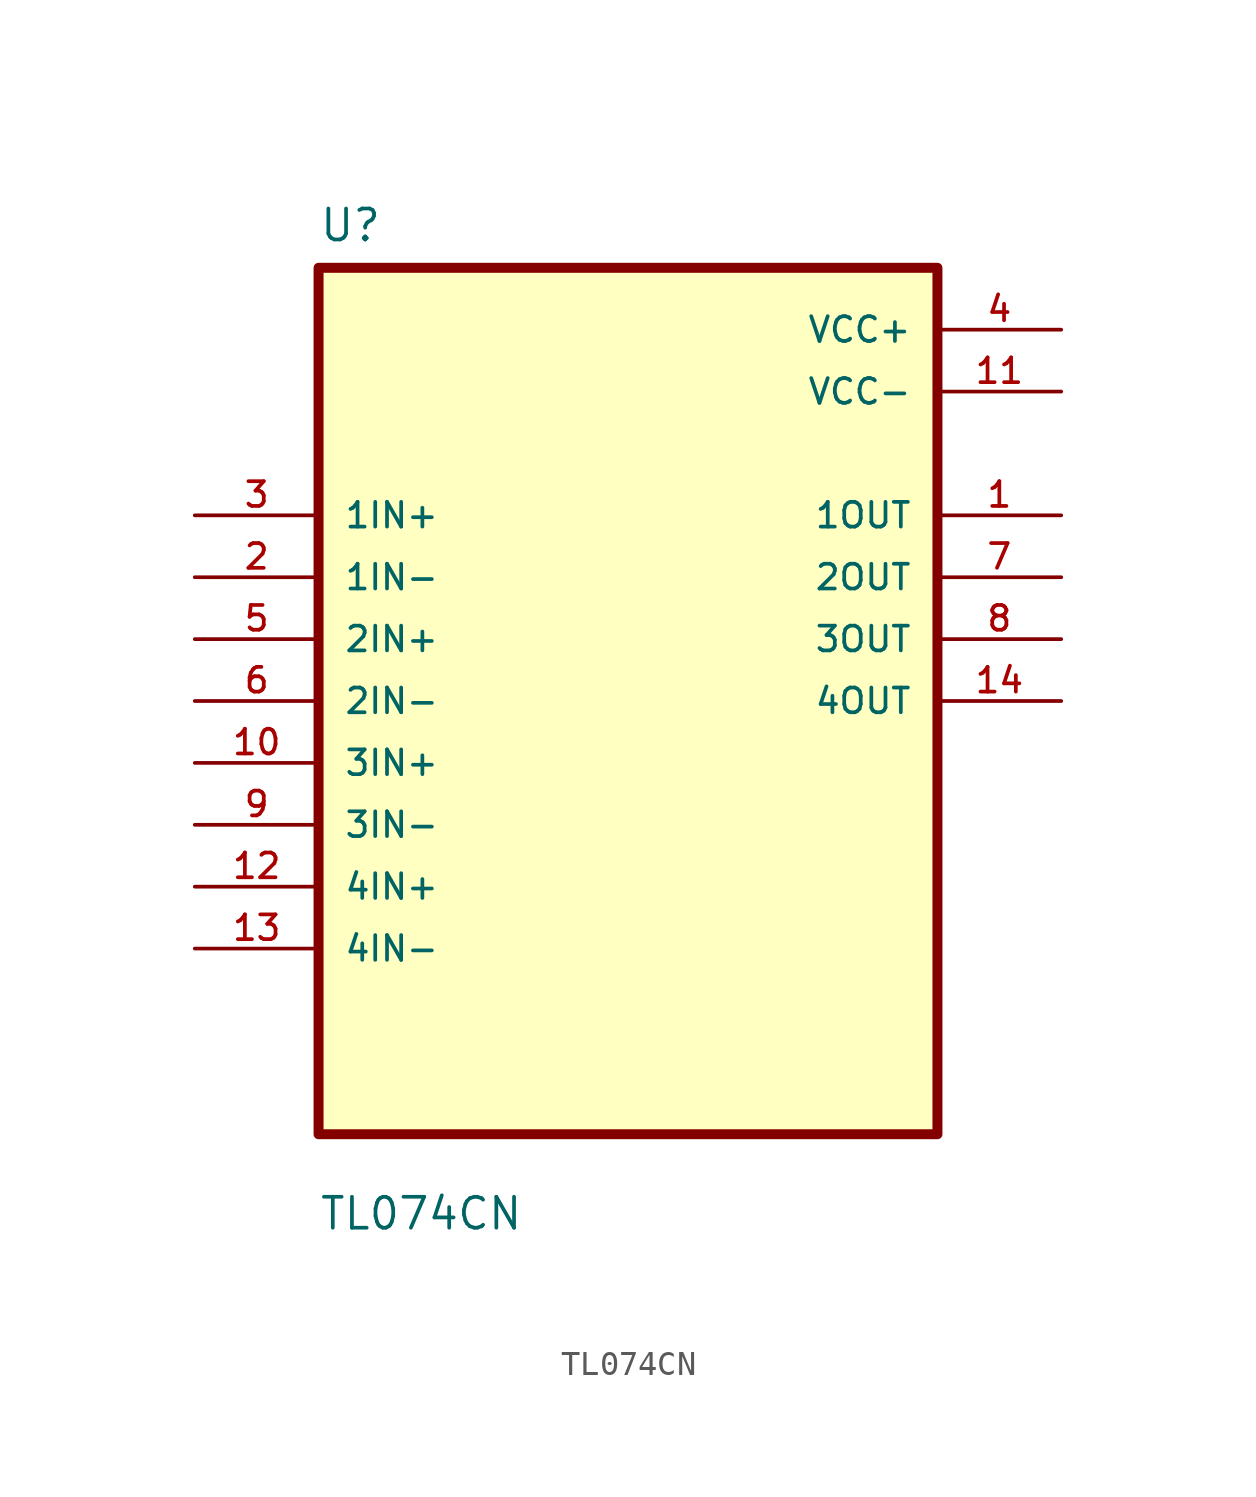
<source format=kicad_sym>
(kicad_symbol_lib
  (version 20211014)
  (generator kicad_symbol_editor)
  (symbol "TL074CN"
    (pin_names
      (offset 1.016))
    (property "Reference" "U"
      (at -12.7 18.78 0.0)
      (effects (font (size 1.27 1.27)) (justify bottom left)))
    (property "Value" "TL074CN"
      (at -12.7 -21.78 0.0)
      (effects (font (size 1.27 1.27)) (justify bottom left)))
    (symbol "TL074CN_0_0"
      (rectangle (start -12.7 -17.78) (end 12.7 17.78) (stroke (width 0.41)) (fill (type background)))
      (pin input line (at -17.78 7.62 0) (length 5.08) (name "1IN+" (effects (font (size 1.016 1.016)))) (number "3" (effects (font (size 1.016 1.016)))))
      (pin input line (at -17.78 5.08 0) (length 5.08) (name "1IN-" (effects (font (size 1.016 1.016)))) (number "2" (effects (font (size 1.016 1.016)))))
      (pin input line (at -17.78 2.54 0) (length 5.08) (name "2IN+" (effects (font (size 1.016 1.016)))) (number "5" (effects (font (size 1.016 1.016)))))
      (pin input line (at -17.78 8.88178e-16 0) (length 5.08) (name "2IN-" (effects (font (size 1.016 1.016)))) (number "6" (effects (font (size 1.016 1.016)))))
      (pin input line (at -17.78 -2.54 0) (length 5.08) (name "3IN+" (effects (font (size 1.016 1.016)))) (number "10" (effects (font (size 1.016 1.016)))))
      (pin input line (at -17.78 -5.08 0) (length 5.08) (name "3IN-" (effects (font (size 1.016 1.016)))) (number "9" (effects (font (size 1.016 1.016)))))
      (pin input line (at -17.78 -7.62 0) (length 5.08) (name "4IN+" (effects (font (size 1.016 1.016)))) (number "12" (effects (font (size 1.016 1.016)))))
      (pin input line (at -17.78 -10.16 0) (length 5.08) (name "4IN-" (effects (font (size 1.016 1.016)))) (number "13" (effects (font (size 1.016 1.016)))))
      (pin power_in line (at 17.78 15.24 180.0) (length 5.08) (name "VCC+" (effects (font (size 1.016 1.016)))) (number "4" (effects (font (size 1.016 1.016)))))
      (pin power_in line (at 17.78 12.7 180.0) (length 5.08) (name "VCC-" (effects (font (size 1.016 1.016)))) (number "11" (effects (font (size 1.016 1.016)))))
      (pin output line (at 17.78 7.62 180.0) (length 5.08) (name "1OUT" (effects (font (size 1.016 1.016)))) (number "1" (effects (font (size 1.016 1.016)))))
      (pin output line (at 17.78 5.08 180.0) (length 5.08) (name "2OUT" (effects (font (size 1.016 1.016)))) (number "7" (effects (font (size 1.016 1.016)))))
      (pin output line (at 17.78 2.54 180.0) (length 5.08) (name "3OUT" (effects (font (size 1.016 1.016)))) (number "8" (effects (font (size 1.016 1.016)))))
      (pin output line (at 17.78 2.66454e-15 180.0) (length 5.08) (name "4OUT" (effects (font (size 1.016 1.016)))) (number "14" (effects (font (size 1.016 1.016))))))))
</source>
